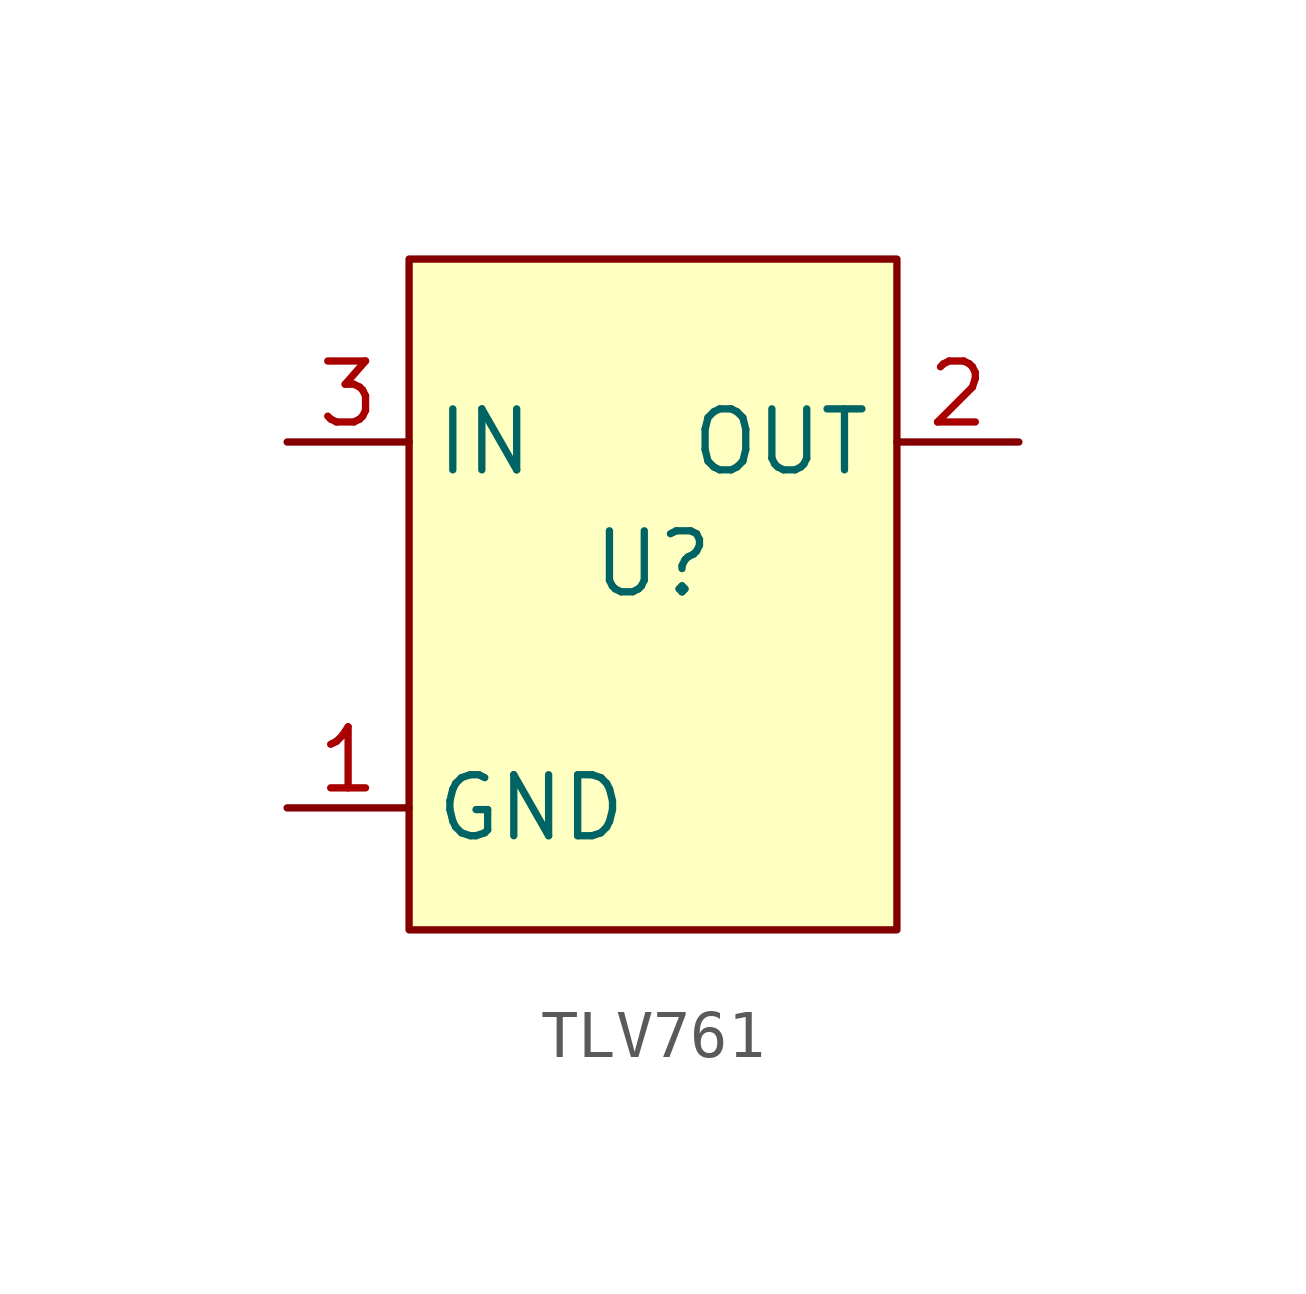
<source format=kicad_sym>
(kicad_symbol_lib
  (version 20241209)
  (generator "kicad_symbol_editor")
  (generator_version "9.0")
  (symbol "TLV761"
    (property "Reference" "U"
      (at 0 0 0)
      (effects (font (size 1.27 1.27))))
    (property "Value" ""
      (at 0 0 0)
      (effects (font (size 1.27 1.27))))
    (symbol "TLV761_1_1"
      (rectangle (start -5.08 6.35) (end 5.08 -7.62) (stroke (width 0) (type solid)) (fill (type background)))
      (pin input line (at -7.62 2.54 0) (length 2.54) (name "IN" (effects (font (size 1.27 1.27)))) (number "3" (effects (font (size 1.27 1.27)))))
      (pin input line (at -7.62 -5.08 0) (length 2.54) (name "GND" (effects (font (size 1.27 1.27)))) (number "1" (effects (font (size 1.27 1.27)))))
      (pin input line (at 7.62 2.54 180) (length 2.54) (name "OUT" (effects (font (size 1.27 1.27)))) (number "2" (effects (font (size 1.27 1.27))))))))
</source>
